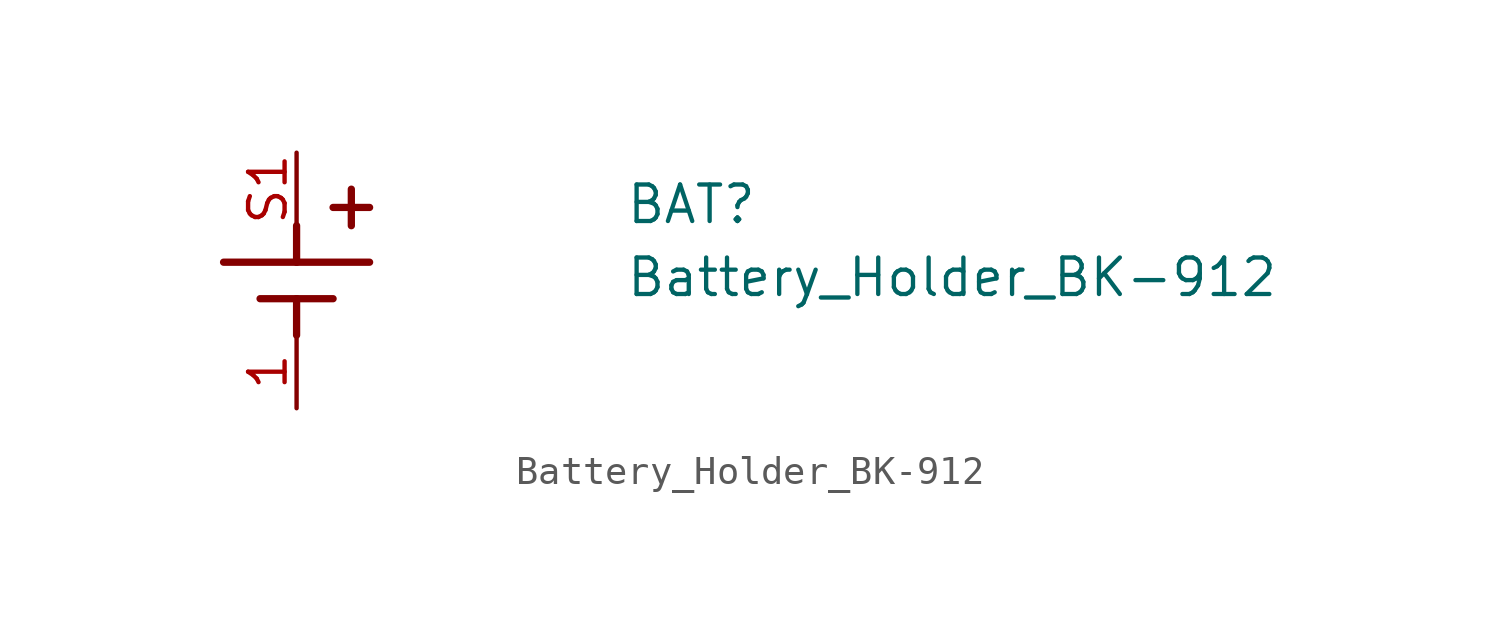
<source format=kicad_sym>
(kicad_symbol_lib
  (version 20211014)
  (generator kicad_symbol_editor)
  (symbol "Battery_Holder_BK-912"
    (pin_names hide)
    (property "Reference" "BAT"
      (at 11.43 -2.54 0)
      (effects (font (size 1.27 1.27) (thickness 0.15)) (justify left bottom)))
    (property "Value" "Battery_Holder_BK-912"
      (at 11.43 -5.08 0)
      (effects (font (size 1.27 1.27) (thickness 0.15)) (justify left bottom)))
    (symbol "Battery_Holder_BK-912_1_1"
      (polyline (pts (xy 0 -5.08) (xy -1.27 -5.08)) (stroke (width 0.254) (type default) (color 0 0 0 0)) (fill (type background)))
      (polyline (pts (xy 0 -5.08) (xy 0 -6.35)) (stroke (width 0.254) (type default) (color 0 0 0 0)) (fill (type background)))
      (polyline (pts (xy 0 -3.81) (xy -2.54 -3.81)) (stroke (width 0.254) (type default) (color 0 0 0 0)) (fill (type background)))
      (polyline (pts (xy 0 -3.81) (xy 0 -2.54)) (stroke (width 0.254) (type default) (color 0 0 0 0)) (fill (type background)))
      (polyline (pts (xy 1.27 -5.08) (xy 0 -5.08)) (stroke (width 0.254) (type default) (color 0 0 0 0)) (fill (type background)))
      (polyline (pts (xy 1.905 -1.27) (xy 1.905 -2.54)) (stroke (width 0.254) (type default) (color 0 0 0 0)) (fill (type background)))
      (polyline (pts (xy 2.54 -3.81) (xy 0 -3.81)) (stroke (width 0.254) (type default) (color 0 0 0 0)) (fill (type background)))
      (polyline (pts (xy 2.54 -1.905) (xy 1.27 -1.905)) (stroke (width 0.254) (type default) (color 0 0 0 0)) (fill (type background)))
      (pin passive line (at 0 -8.89 90) (length 2.54) (name "GND" (effects (font (size 1.27 1.27)))) (number "1" (effects (font (size 1.27 1.27)))))
      (pin passive line (at 0 0 270) (length 2.54) (name "V_BAT" (effects (font (size 1.27 1.27)))) (number "S1" (effects (font (size 1.27 1.27)))))
      (pin passive line (at 0 0 270) (length 2.54) hide (name "V_BAT" (effects (font (size 1.27 1.27)))) (number "S2" (effects (font (size 1.27 1.27))))))))
</source>
